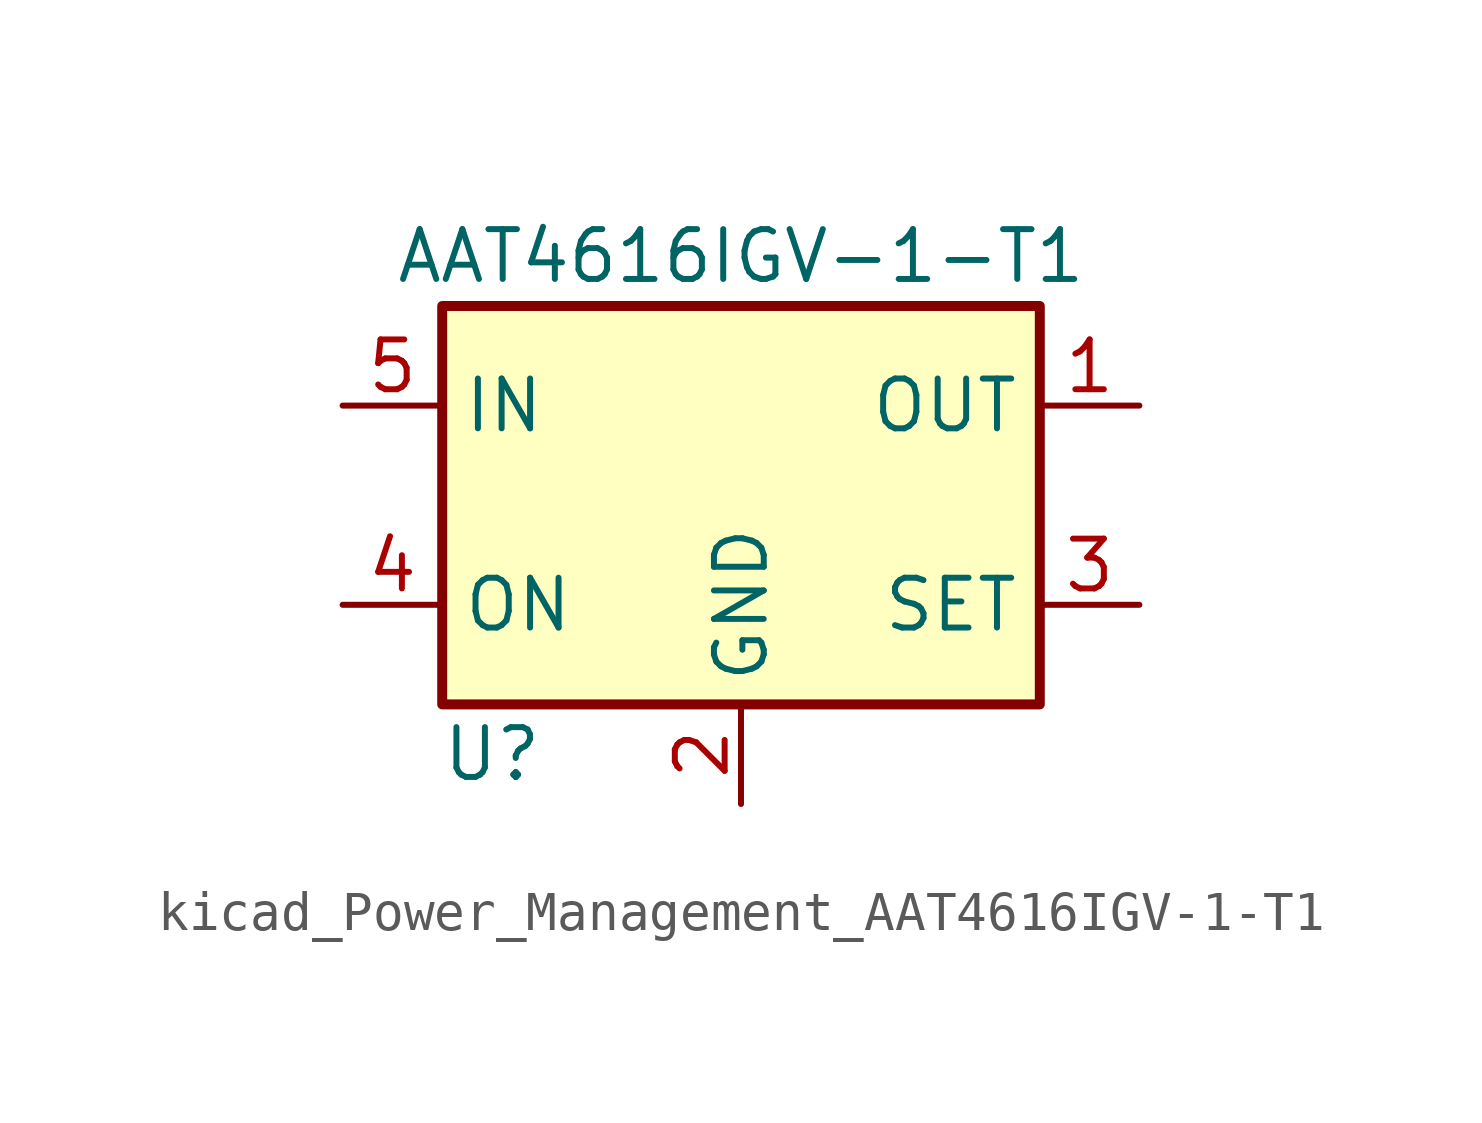
<source format=kicad_sym>
(kicad_symbol_lib
  (version 20220914)
  (generator kicad_symbol_editor)
  (symbol "kicad_Power_Management_AAT4616IGV-1-T1"
    (property "Reference" "U"
      (at -6.35 -6.35 0)
      (effects (font (size 1.27 1.27))))
    (property "Value" "AAT4616IGV-1-T1"
      (at 0 6.35 0)
      (effects (font (size 1.27 1.27))))
    (symbol "kicad_Power_Management_AAT4616IGV-1-T1_0_1"
      (rectangle (start -7.62 5.08) (end 7.62 -5.08) (stroke (width 0.254) (type default)) (fill (type background))))
    (symbol "kicad_Power_Management_AAT4616IGV-1-T1_1_1"
      (pin power_out line (at 10.16 2.54 180) (length 2.54) (name "OUT" (effects (font (size 1.27 1.27)))) (number "1" (effects (font (size 1.27 1.27)))))
      (pin power_in line (at 0 -7.62 90) (length 2.54) (name "GND" (effects (font (size 1.27 1.27)))) (number "2" (effects (font (size 1.27 1.27)))))
      (pin passive line (at 10.16 -2.54 180) (length 2.54) (name "SET" (effects (font (size 1.27 1.27)))) (number "3" (effects (font (size 1.27 1.27)))))
      (pin input line (at -10.16 -2.54 0) (length 2.54) (name "ON" (effects (font (size 1.27 1.27)))) (number "4" (effects (font (size 1.27 1.27)))))
      (pin power_in line (at -10.16 2.54 0) (length 2.54) (name "IN" (effects (font (size 1.27 1.27)))) (number "5" (effects (font (size 1.27 1.27))))))))
</source>
